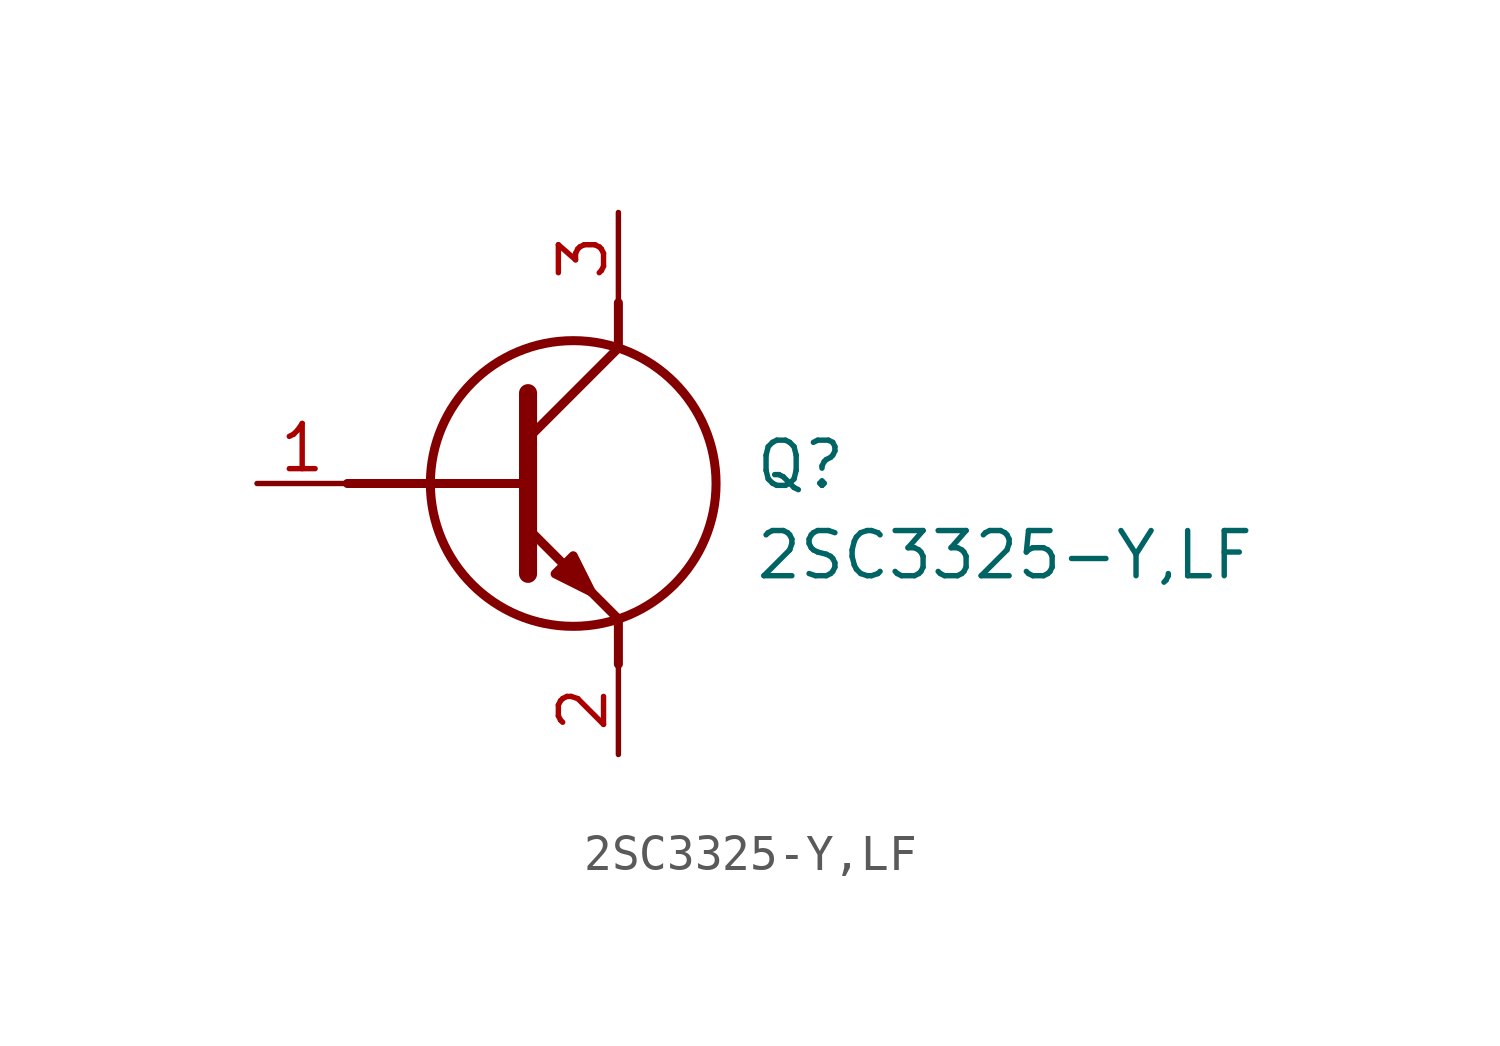
<source format=kicad_sym>
(kicad_symbol_lib
  (version 20211014)
  (generator SamacSys_ECAD_Model)
  (symbol "2SC3325-Y,LF"
    (pin_names hide)
    (property "Reference" "Q"
      (at 13.97 1.27 0)
      (effects (font (size 1.27 1.27)) (justify left top)))
    (property "Value" "2SC3325-Y,LF"
      (at 13.97 -1.27 0)
      (effects (font (size 1.27 1.27)) (justify left top)))
    (polyline
      (pts (xy 7.62 2.54) (xy 7.62 -2.54))
      (stroke (width 0.508) (type default))
      (fill (type none)))
    (polyline
      (pts (xy 7.62 1.27) (xy 10.16 3.81))
      (stroke (width 0.254) (type default))
      (fill (type none)))
    (polyline
      (pts (xy 7.62 -1.27) (xy 10.16 -3.81))
      (stroke (width 0.254) (type default))
      (fill (type none)))
    (polyline
      (pts (xy 10.16 -3.81) (xy 10.16 -5.08))
      (stroke (width 0.254) (type default))
      (fill (type none)))
    (polyline
      (pts (xy 10.16 3.81) (xy 10.16 5.08))
      (stroke (width 0.254) (type default))
      (fill (type none)))
    (polyline
      (pts (xy 2.54 0) (xy 7.62 0))
      (stroke (width 0.254) (type default))
      (fill (type none)))
    (circle
      (center 8.89 0)
      (radius 4.016)
      (stroke (width 0.254) (type default))
      (fill (type none)))
    (polyline
      (pts (xy 8.382 -2.54) (xy 8.89 -2.032) (xy 9.398 -3.048) (xy 8.382 -2.54))
      (stroke (width 0.254) (type default))
      (fill (type outline)))
    (pin passive line
      (at 0 0 0)
      (length 2.54)
      (name "B" (effects (font (size 1.27 1.27))))
      (number "1" (effects (font (size 1.27 1.27)))))
    (pin passive line
      (at 10.16 -7.62 90)
      (length 2.54)
      (name "E" (effects (font (size 1.27 1.27))))
      (number "2" (effects (font (size 1.27 1.27)))))
    (pin passive line
      (at 10.16 7.62 270)
      (length 2.54)
      (name "C" (effects (font (size 1.27 1.27))))
      (number "3" (effects (font (size 1.27 1.27)))))))
</source>
